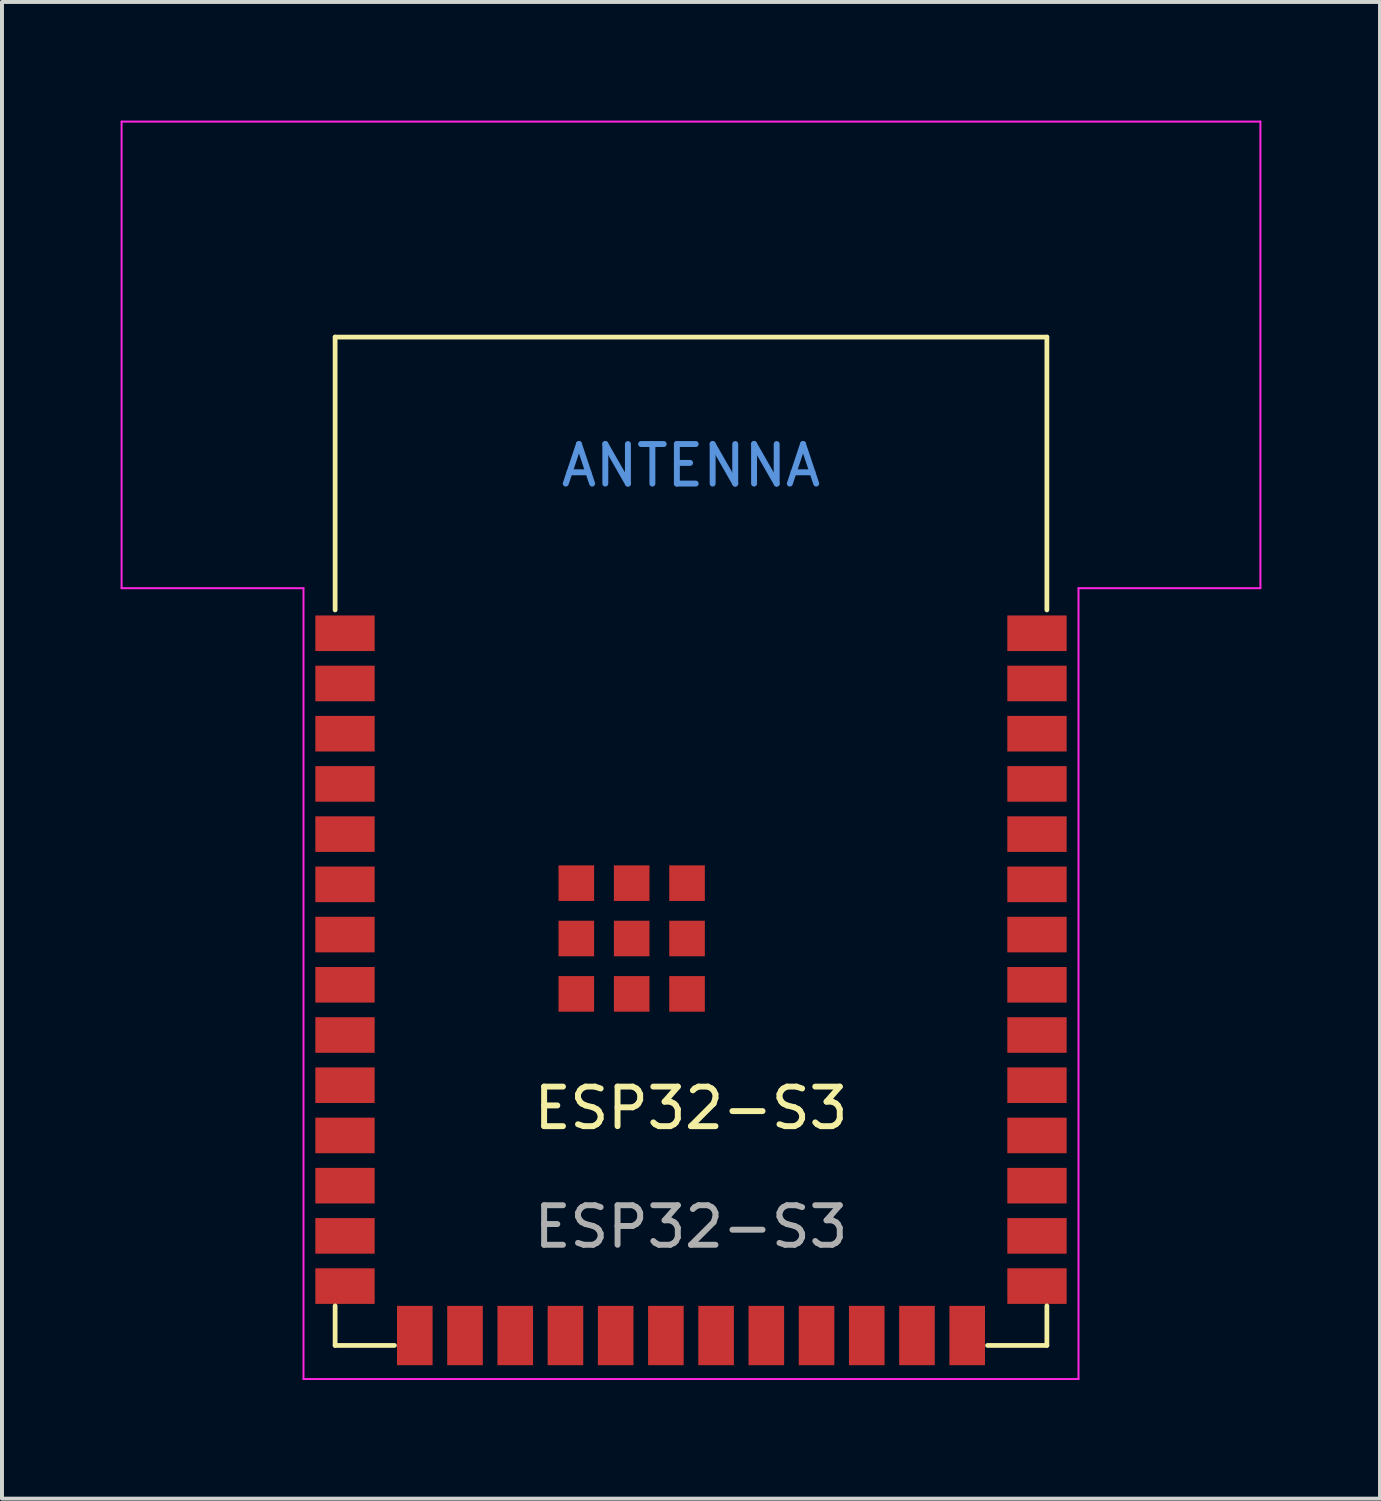
<source format=kicad_pcb>
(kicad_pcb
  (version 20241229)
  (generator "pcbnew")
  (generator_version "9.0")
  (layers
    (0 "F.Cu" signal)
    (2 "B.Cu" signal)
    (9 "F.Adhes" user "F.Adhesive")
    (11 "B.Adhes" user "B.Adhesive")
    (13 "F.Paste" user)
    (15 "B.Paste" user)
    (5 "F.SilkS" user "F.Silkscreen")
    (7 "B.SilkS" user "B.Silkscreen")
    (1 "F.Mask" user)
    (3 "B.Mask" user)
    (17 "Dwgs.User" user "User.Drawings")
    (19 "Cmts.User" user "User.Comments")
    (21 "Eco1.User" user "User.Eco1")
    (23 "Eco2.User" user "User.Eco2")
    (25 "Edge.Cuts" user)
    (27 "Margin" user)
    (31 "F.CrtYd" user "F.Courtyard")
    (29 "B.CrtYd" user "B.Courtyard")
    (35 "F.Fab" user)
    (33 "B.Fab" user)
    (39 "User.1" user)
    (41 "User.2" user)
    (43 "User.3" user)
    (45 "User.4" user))
  (footprint "ESP32-S3"
    (layer "F.Cu")
    (at 14.425 18.225)
    (property "Reference" "ESP32-S3" (at 0 6.75 0) (unlocked yes) (layer "F.SilkS") (effects (font (size 1 1) (thickness 0.15))))
    (attr smd)
    (fp_line (start -9 -12.75) (end -9 -5.85) (stroke (width 0.12) (type solid)) (layer "F.SilkS"))
    (fp_line (start -9 -12.75) (end 9 -12.75) (stroke (width 0.12) (type solid)) (layer "F.SilkS"))
    (fp_line (start -9 11.75) (end -9 12.75) (stroke (width 0.12) (type solid)) (layer "F.SilkS"))
    (fp_line (start -9 12.75) (end -7.5 12.75) (stroke (width 0.12) (type solid)) (layer "F.SilkS"))
    (fp_line (start 9 -12.75) (end 9 -5.85) (stroke (width 0.12) (type solid)) (layer "F.SilkS"))
    (fp_line (start 9 11.75) (end 9 12.75) (stroke (width 0.12) (type solid)) (layer "F.SilkS"))
    (fp_line (start 9 12.75) (end 7.5 12.75) (stroke (width 0.12) (type solid)) (layer "F.SilkS"))
    (fp_line (start -14.4 -18.2) (end -14.4 -6.4) (stroke (width 0.05) (type solid)) (layer "F.CrtYd"))
    (fp_line (start -14.4 -6.4) (end -9.8 -6.4) (stroke (width 0.05) (type solid)) (layer "F.CrtYd"))
    (fp_line (start -9.8 -6.4) (end -9.8 13.6) (stroke (width 0.05) (type solid)) (layer "F.CrtYd"))
    (fp_line (start -9.8 13.6) (end 9.8 13.6) (stroke (width 0.05) (type solid)) (layer "F.CrtYd"))
    (fp_line (start 9.8 -6.4) (end 14.4 -6.4) (stroke (width 0.05) (type solid)) (layer "F.CrtYd"))
    (fp_line (start 9.8 13.6) (end 9.8 -6.4) (stroke (width 0.05) (type solid)) (layer "F.CrtYd"))
    (fp_line (start 14.4 -18.2) (end -14.4 -18.2) (stroke (width 0.05) (type solid)) (layer "F.CrtYd"))
    (fp_line (start 14.4 -6.4) (end 14.4 -18.2) (stroke (width 0.05) (type solid)) (layer "F.CrtYd"))
    (fp_text user "ANTENNA" (at 0 -9.5 0) (unlocked yes) (layer "Cmts.User") (effects (font (size 1 1) (thickness 0.15))))
    (fp_text user "${REFERENCE}" (at 0 9.75 0) (unlocked yes) (layer "F.Fab") (effects (font (size 1 1) (thickness 0.15))))
    (pad "1" smd rect (at -8.75 -5.26) (size 1.5 0.9) (layers "F.Cu" "F.Mask" "F.Paste"))
    (pad "2" smd rect (at -8.75 -3.99) (size 1.5 0.9) (layers "F.Cu" "F.Mask" "F.Paste"))
    (pad "3" smd rect (at -8.75 -2.72) (size 1.5 0.9) (layers "F.Cu" "F.Mask" "F.Paste"))
    (pad "4" smd rect (at -8.75 -1.45) (size 1.5 0.9) (layers "F.Cu" "F.Mask" "F.Paste"))
    (pad "5" smd rect (at -8.75 -0.18) (size 1.5 0.9) (layers "F.Cu" "F.Mask" "F.Paste"))
    (pad "6" smd rect (at -8.75 1.09) (size 1.5 0.9) (layers "F.Cu" "F.Mask" "F.Paste"))
    (pad "7" smd rect (at -8.75 2.36) (size 1.5 0.9) (layers "F.Cu" "F.Mask" "F.Paste"))
    (pad "8" smd rect (at -8.75 3.63) (size 1.5 0.9) (layers "F.Cu" "F.Mask" "F.Paste"))
    (pad "9" smd rect (at -8.75 4.9) (size 1.5 0.9) (layers "F.Cu" "F.Mask" "F.Paste"))
    (pad "10" smd rect (at -8.75 6.17) (size 1.5 0.9) (layers "F.Cu" "F.Mask" "F.Paste"))
    (pad "11" smd rect (at -8.75 7.44) (size 1.5 0.9) (layers "F.Cu" "F.Mask" "F.Paste"))
    (pad "12" smd rect (at -8.75 8.71) (size 1.5 0.9) (layers "F.Cu" "F.Mask" "F.Paste"))
    (pad "13" smd rect (at -8.75 9.98) (size 1.5 0.9) (layers "F.Cu" "F.Mask" "F.Paste"))
    (pad "14" smd rect (at -8.75 11.25) (size 1.5 0.9) (layers "F.Cu" "F.Mask" "F.Paste"))
    (pad "15" smd rect (at -6.985 12.5 90) (size 1.5 0.9) (layers "F.Cu" "F.Mask" "F.Paste"))
    (pad "16" smd rect (at -5.715 12.5 90) (size 1.5 0.9) (layers "F.Cu" "F.Mask" "F.Paste"))
    (pad "17" smd rect (at -4.445 12.5 90) (size 1.5 0.9) (layers "F.Cu" "F.Mask" "F.Paste"))
    (pad "18" smd rect (at -3.175 12.5 90) (size 1.5 0.9) (layers "F.Cu" "F.Mask" "F.Paste"))
    (pad "19" smd rect (at -1.905 12.5 90) (size 1.5 0.9) (layers "F.Cu" "F.Mask" "F.Paste"))
    (pad "20" smd rect (at -0.635 12.5 90) (size 1.5 0.9) (layers "F.Cu" "F.Mask" "F.Paste"))
    (pad "21" smd rect (at 0.635 12.5 90) (size 1.5 0.9) (layers "F.Cu" "F.Mask" "F.Paste"))
    (pad "22" smd rect (at 1.905 12.5 90) (size 1.5 0.9) (layers "F.Cu" "F.Mask" "F.Paste"))
    (pad "23" smd rect (at 3.175 12.5 90) (size 1.5 0.9) (layers "F.Cu" "F.Mask" "F.Paste"))
    (pad "24" smd rect (at 4.445 12.5 90) (size 1.5 0.9) (layers "F.Cu" "F.Mask" "F.Paste"))
    (pad "25" smd rect (at 5.715 12.5 90) (size 1.5 0.9) (layers "F.Cu" "F.Mask" "F.Paste"))
    (pad "26" smd rect (at 6.985 12.5 90) (size 1.5 0.9) (layers "F.Cu" "F.Mask" "F.Paste"))
    (pad "27" smd rect (at 8.75 11.25 180) (size 1.5 0.9) (layers "F.Cu" "F.Mask" "F.Paste"))
    (pad "28" smd rect (at 8.75 9.98 180) (size 1.5 0.9) (layers "F.Cu" "F.Mask" "F.Paste"))
    (pad "29" smd rect (at 8.75 8.71 180) (size 1.5 0.9) (layers "F.Cu" "F.Mask" "F.Paste"))
    (pad "30" smd rect (at 8.75 7.44 180) (size 1.5 0.9) (layers "F.Cu" "F.Mask" "F.Paste"))
    (pad "31" smd rect (at 8.75 6.17 180) (size 1.5 0.9) (layers "F.Cu" "F.Mask" "F.Paste"))
    (pad "32" smd rect (at 8.75 4.9 180) (size 1.5 0.9) (layers "F.Cu" "F.Mask" "F.Paste"))
    (pad "33" smd rect (at 8.75 3.63 180) (size 1.5 0.9) (layers "F.Cu" "F.Mask" "F.Paste"))
    (pad "34" smd rect (at 8.75 2.36 180) (size 1.5 0.9) (layers "F.Cu" "F.Mask" "F.Paste"))
    (pad "35" smd rect (at 8.75 1.09 180) (size 1.5 0.9) (layers "F.Cu" "F.Mask" "F.Paste"))
    (pad "36" smd rect (at 8.75 -0.18 180) (size 1.5 0.9) (layers "F.Cu" "F.Mask" "F.Paste"))
    (pad "37" smd rect (at 8.75 -1.45 180) (size 1.5 0.9) (layers "F.Cu" "F.Mask" "F.Paste"))
    (pad "38" smd rect (at 8.75 -2.72 180) (size 1.5 0.9) (layers "F.Cu" "F.Mask" "F.Paste"))
    (pad "39" smd rect (at 8.75 -3.99 180) (size 1.5 0.9) (layers "F.Cu" "F.Mask" "F.Paste"))
    (pad "40" smd rect (at 8.75 -5.26 180) (size 1.5 0.9) (layers "F.Cu" "F.Mask" "F.Paste"))
    (pad "41" smd rect (at -2.9 1.06) (size 0.9 0.9) (layers "F.Cu" "F.Mask" "F.Paste"))
    (pad "41" smd rect (at -2.9 2.46) (size 0.9 0.9) (layers "F.Cu" "F.Mask" "F.Paste"))
    (pad "41" smd rect (at -2.9 3.86) (size 0.9 0.9) (layers "F.Cu" "F.Mask" "F.Paste"))
    (pad "41" smd rect (at -1.5 1.06) (size 0.9 0.9) (layers "F.Cu" "F.Mask" "F.Paste"))
    (pad "41" smd rect (at -1.5 2.46) (size 0.9 0.9) (layers "F.Cu" "F.Mask" "F.Paste"))
    (pad "41" smd rect (at -1.5 3.86) (size 0.9 0.9) (layers "F.Cu" "F.Mask" "F.Paste"))
    (pad "41" smd rect (at -0.1 1.06) (size 0.9 0.9) (layers "F.Cu" "F.Mask" "F.Paste"))
    (pad "41" smd rect (at -0.1 2.46) (size 0.9 0.9) (layers "F.Cu" "F.Mask" "F.Paste"))
    (pad "41" smd rect (at -0.1 3.86) (size 0.9 0.9) (layers "F.Cu" "F.Mask" "F.Paste"))
    (zone (net_name "") (layers "F.Cu" "B.Cu") (name "ANTENNA") (hatch full 0.508) (connect_pads) (min_thickness 0.254) (filled_areas_thickness no) (keepout (tracks not_allowed) (vias not_allowed) (pads not_allowed) (copperpour not_allowed) (footprints not_allowed)) (placement (enabled no)) (fill) (polygon (pts (xy 28.425 11.475) (xy 0.425 11.475) (xy 0.425 0.475) (xy 28.425 0.475)))))
  (gr_rect
    (start -3 -3)
    (end 31.85 34.85)
    (stroke (width 0.1) (type default))
    (fill no)
    (layer "Edge.Cuts")))
</source>
